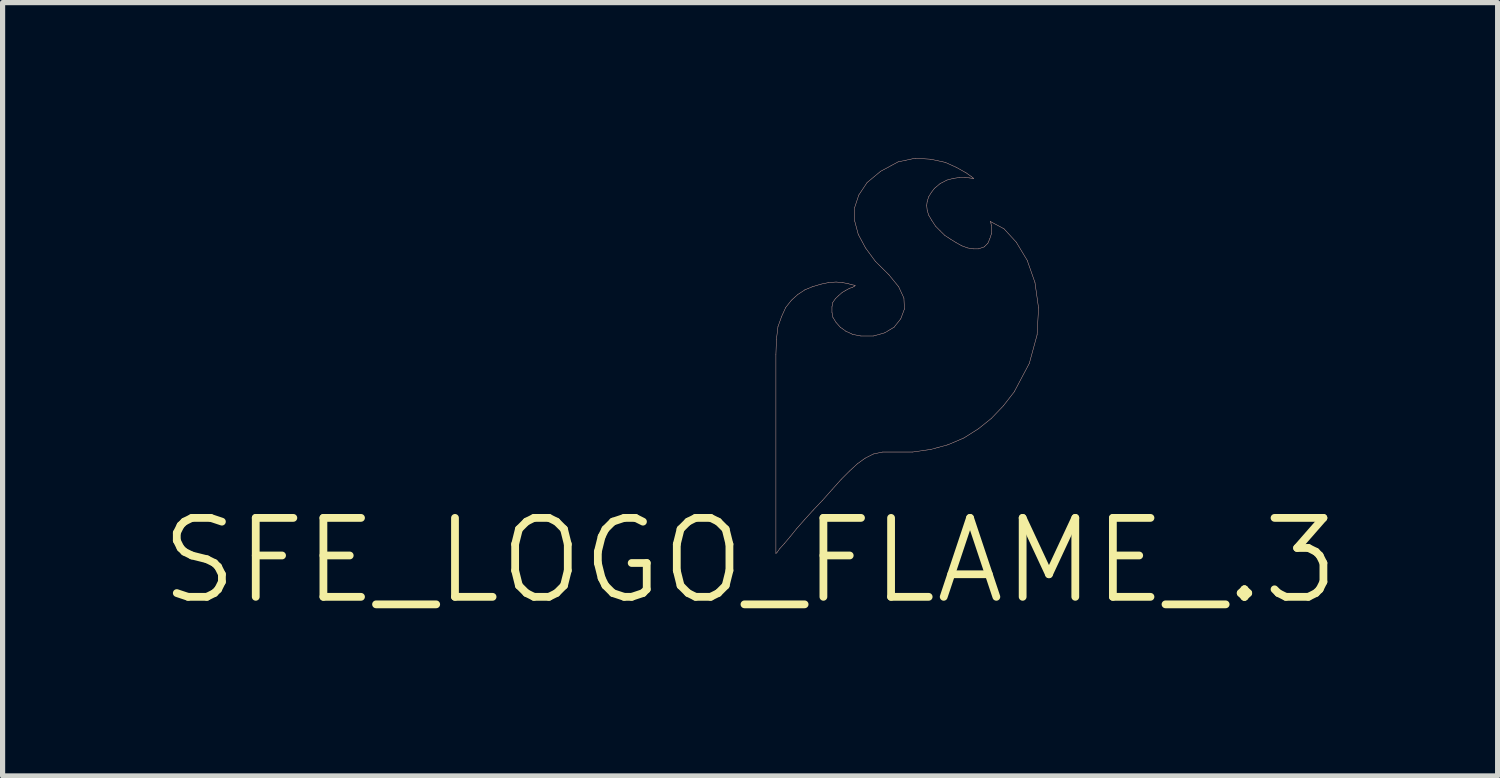
<source format=kicad_pcb>
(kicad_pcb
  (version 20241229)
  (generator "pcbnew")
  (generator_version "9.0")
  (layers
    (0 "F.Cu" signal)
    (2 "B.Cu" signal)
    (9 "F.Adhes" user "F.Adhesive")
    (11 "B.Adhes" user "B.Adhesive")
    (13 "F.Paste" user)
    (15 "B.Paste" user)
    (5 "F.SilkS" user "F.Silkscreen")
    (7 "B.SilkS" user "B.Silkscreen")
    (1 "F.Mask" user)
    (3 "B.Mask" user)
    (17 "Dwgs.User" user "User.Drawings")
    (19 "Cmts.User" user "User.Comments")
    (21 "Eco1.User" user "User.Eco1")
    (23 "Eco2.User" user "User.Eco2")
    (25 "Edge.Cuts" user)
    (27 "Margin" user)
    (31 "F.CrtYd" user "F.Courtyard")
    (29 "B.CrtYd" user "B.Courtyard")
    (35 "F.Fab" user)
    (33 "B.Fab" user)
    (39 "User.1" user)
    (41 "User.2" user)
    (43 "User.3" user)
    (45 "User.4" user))
  (footprint "SFE_LOGO_FLAME_.3"
    (layer "F.Cu")
    (at 11.43 7.774)
    (property "Reference" "SFE_LOGO_FLAME_.3" (at 0 0 0) (layer "F.SilkS") (effects (font (size 1.524 1.524) (thickness 0.15))))
    (attr exclude_from_pos_files exclude_from_bom)
    (fp_line (start 0.498 -3.978) (end 0.498 -0.14) (stroke (width 0.008) (type solid)) (layer "B.SilkS"))
    (fp_line (start 0.498 -0.14) (end 0.518 -0.157) (stroke (width 0.008) (type solid)) (layer "B.SilkS"))
    (fp_line (start 0.508 -4.27) (end 0.498 -3.978) (stroke (width 0.008) (type solid)) (layer "B.SilkS"))
    (fp_line (start 0.518 -0.157) (end 0.569 -0.229) (stroke (width 0.008) (type solid)) (layer "B.SilkS"))
    (fp_line (start 0.538 -4.519) (end 0.508 -4.27) (stroke (width 0.008) (type solid)) (layer "B.SilkS"))
    (fp_line (start 0.569 -0.229) (end 0.658 -0.328) (stroke (width 0.008) (type solid)) (layer "B.SilkS"))
    (fp_line (start 0.61 -4.719) (end 0.538 -4.519) (stroke (width 0.008) (type solid)) (layer "B.SilkS"))
    (fp_line (start 0.658 -0.328) (end 0.77 -0.46) (stroke (width 0.008) (type solid)) (layer "B.SilkS"))
    (fp_line (start 0.688 -4.889) (end 0.61 -4.719) (stroke (width 0.008) (type solid)) (layer "B.SilkS"))
    (fp_line (start 0.77 -0.46) (end 0.899 -0.62) (stroke (width 0.008) (type solid)) (layer "B.SilkS"))
    (fp_line (start 0.798 -5.029) (end 0.688 -4.889) (stroke (width 0.008) (type solid)) (layer "B.SilkS"))
    (fp_line (start 0.899 -0.62) (end 1.049 -0.79) (stroke (width 0.008) (type solid)) (layer "B.SilkS"))
    (fp_line (start 0.919 -5.138) (end 0.798 -5.029) (stroke (width 0.008) (type solid)) (layer "B.SilkS"))
    (fp_line (start 1.049 -0.79) (end 1.219 -0.978) (stroke (width 0.008) (type solid)) (layer "B.SilkS"))
    (fp_line (start 1.059 -5.23) (end 0.919 -5.138) (stroke (width 0.008) (type solid)) (layer "B.SilkS"))
    (fp_line (start 1.199 -5.288) (end 1.059 -5.23) (stroke (width 0.008) (type solid)) (layer "B.SilkS"))
    (fp_line (start 1.219 -0.978) (end 1.4 -1.168) (stroke (width 0.008) (type solid)) (layer "B.SilkS"))
    (fp_line (start 1.369 -5.339) (end 1.199 -5.288) (stroke (width 0.008) (type solid)) (layer "B.SilkS"))
    (fp_line (start 1.4 -1.168) (end 1.587 -1.379) (stroke (width 0.008) (type solid)) (layer "B.SilkS"))
    (fp_line (start 1.519 -5.37) (end 1.369 -5.339) (stroke (width 0.008) (type solid)) (layer "B.SilkS"))
    (fp_line (start 1.58 -4.9) (end 1.598 -4.989) (stroke (width 0.008) (type solid)) (layer "B.SilkS"))
    (fp_line (start 1.58 -4.798) (end 1.58 -4.9) (stroke (width 0.008) (type solid)) (layer "B.SilkS"))
    (fp_line (start 1.587 -1.379) (end 1.758 -1.57) (stroke (width 0.008) (type solid)) (layer "B.SilkS"))
    (fp_line (start 1.598 -4.989) (end 1.648 -5.06) (stroke (width 0.008) (type solid)) (layer "B.SilkS"))
    (fp_line (start 1.598 -4.699) (end 1.58 -4.798) (stroke (width 0.008) (type solid)) (layer "B.SilkS"))
    (fp_line (start 1.648 -5.06) (end 1.709 -5.118) (stroke (width 0.008) (type solid)) (layer "B.SilkS"))
    (fp_line (start 1.659 -5.38) (end 1.519 -5.37) (stroke (width 0.008) (type solid)) (layer "B.SilkS"))
    (fp_line (start 1.659 -4.6) (end 1.598 -4.699) (stroke (width 0.008) (type solid)) (layer "B.SilkS"))
    (fp_line (start 1.709 -5.118) (end 1.778 -5.179) (stroke (width 0.008) (type solid)) (layer "B.SilkS"))
    (fp_line (start 1.74 -4.508) (end 1.659 -4.6) (stroke (width 0.008) (type solid)) (layer "B.SilkS"))
    (fp_line (start 1.758 -1.57) (end 1.918 -1.73) (stroke (width 0.008) (type solid)) (layer "B.SilkS"))
    (fp_line (start 1.778 -5.37) (end 1.659 -5.38) (stroke (width 0.008) (type solid)) (layer "B.SilkS"))
    (fp_line (start 1.778 -5.179) (end 1.849 -5.22) (stroke (width 0.008) (type solid)) (layer "B.SilkS"))
    (fp_line (start 1.849 -5.22) (end 1.918 -5.258) (stroke (width 0.008) (type solid)) (layer "B.SilkS"))
    (fp_line (start 1.849 -4.43) (end 1.74 -4.508) (stroke (width 0.008) (type solid)) (layer "B.SilkS"))
    (fp_line (start 1.89 -5.349) (end 1.778 -5.37) (stroke (width 0.008) (type solid)) (layer "B.SilkS"))
    (fp_line (start 1.918 -5.258) (end 1.979 -5.278) (stroke (width 0.008) (type solid)) (layer "B.SilkS"))
    (fp_line (start 1.918 -1.73) (end 2.068 -1.869) (stroke (width 0.008) (type solid)) (layer "B.SilkS"))
    (fp_line (start 1.958 -5.329) (end 1.89 -5.349) (stroke (width 0.008) (type solid)) (layer "B.SilkS"))
    (fp_line (start 1.979 -5.278) (end 2.009 -5.298) (stroke (width 0.008) (type solid)) (layer "B.SilkS"))
    (fp_line (start 1.979 -4.369) (end 1.849 -4.43) (stroke (width 0.008) (type solid)) (layer "B.SilkS"))
    (fp_line (start 2.009 -5.319) (end 1.958 -5.329) (stroke (width 0.008) (type solid)) (layer "B.SilkS"))
    (fp_line (start 2.009 -5.298) (end 2.029 -5.309) (stroke (width 0.008) (type solid)) (layer "B.SilkS"))
    (fp_line (start 2.019 -6.82) (end 2.019 -6.558) (stroke (width 0.008) (type solid)) (layer "B.SilkS"))
    (fp_line (start 2.019 -6.558) (end 2.088 -6.299) (stroke (width 0.008) (type solid)) (layer "B.SilkS"))
    (fp_line (start 2.029 -5.309) (end 2.009 -5.319) (stroke (width 0.008) (type solid)) (layer "B.SilkS"))
    (fp_line (start 2.068 -1.869) (end 2.22 -1.979) (stroke (width 0.008) (type solid)) (layer "B.SilkS"))
    (fp_line (start 2.088 -6.299) (end 2.228 -6.038) (stroke (width 0.008) (type solid)) (layer "B.SilkS"))
    (fp_line (start 2.098 -7.059) (end 2.019 -6.82) (stroke (width 0.008) (type solid)) (layer "B.SilkS"))
    (fp_line (start 2.139 -4.338) (end 1.979 -4.369) (stroke (width 0.008) (type solid)) (layer "B.SilkS"))
    (fp_line (start 2.22 -1.979) (end 2.38 -2.06) (stroke (width 0.008) (type solid)) (layer "B.SilkS"))
    (fp_line (start 2.228 -6.038) (end 2.418 -5.779) (stroke (width 0.008) (type solid)) (layer "B.SilkS"))
    (fp_line (start 2.258 -7.3) (end 2.098 -7.059) (stroke (width 0.008) (type solid)) (layer "B.SilkS"))
    (fp_line (start 2.38 -4.338) (end 2.139 -4.338) (stroke (width 0.008) (type solid)) (layer "B.SilkS"))
    (fp_line (start 2.38 -2.06) (end 2.558 -2.098) (stroke (width 0.008) (type solid)) (layer "B.SilkS"))
    (fp_line (start 2.418 -5.779) (end 2.68 -5.519) (stroke (width 0.008) (type solid)) (layer "B.SilkS"))
    (fp_line (start 2.52 -7.518) (end 2.258 -7.3) (stroke (width 0.008) (type solid)) (layer "B.SilkS"))
    (fp_line (start 2.558 -2.098) (end 3.139 -2.098) (stroke (width 0.008) (type solid)) (layer "B.SilkS"))
    (fp_line (start 2.598 -4.399) (end 2.38 -4.338) (stroke (width 0.008) (type solid)) (layer "B.SilkS"))
    (fp_line (start 2.68 -5.519) (end 2.868 -5.288) (stroke (width 0.008) (type solid)) (layer "B.SilkS"))
    (fp_line (start 2.779 -4.508) (end 2.598 -4.399) (stroke (width 0.008) (type solid)) (layer "B.SilkS"))
    (fp_line (start 2.857 -7.699) (end 2.52 -7.518) (stroke (width 0.008) (type solid)) (layer "B.SilkS"))
    (fp_line (start 2.868 -5.288) (end 2.969 -5.07) (stroke (width 0.008) (type solid)) (layer "B.SilkS"))
    (fp_line (start 2.908 -4.669) (end 2.779 -4.508) (stroke (width 0.008) (type solid)) (layer "B.SilkS"))
    (fp_line (start 2.969 -5.07) (end 2.979 -4.859) (stroke (width 0.008) (type solid)) (layer "B.SilkS"))
    (fp_line (start 2.979 -4.859) (end 2.908 -4.669) (stroke (width 0.008) (type solid)) (layer "B.SilkS"))
    (fp_line (start 3.139 -2.098) (end 3.49 -2.149) (stroke (width 0.008) (type solid)) (layer "B.SilkS"))
    (fp_line (start 3.188 -7.77) (end 2.857 -7.699) (stroke (width 0.008) (type solid)) (layer "B.SilkS"))
    (fp_line (start 3.409 -6.858) (end 3.419 -6.939) (stroke (width 0.008) (type solid)) (layer "B.SilkS"))
    (fp_line (start 3.419 -6.939) (end 3.449 -7.028) (stroke (width 0.008) (type solid)) (layer "B.SilkS"))
    (fp_line (start 3.419 -6.759) (end 3.409 -6.858) (stroke (width 0.008) (type solid)) (layer "B.SilkS"))
    (fp_line (start 3.449 -7.028) (end 3.498 -7.109) (stroke (width 0.008) (type solid)) (layer "B.SilkS"))
    (fp_line (start 3.449 -6.668) (end 3.419 -6.759) (stroke (width 0.008) (type solid)) (layer "B.SilkS"))
    (fp_line (start 3.49 -7.75) (end 3.188 -7.77) (stroke (width 0.008) (type solid)) (layer "B.SilkS"))
    (fp_line (start 3.49 -2.149) (end 3.818 -2.238) (stroke (width 0.008) (type solid)) (layer "B.SilkS"))
    (fp_line (start 3.498 -7.109) (end 3.559 -7.188) (stroke (width 0.008) (type solid)) (layer "B.SilkS"))
    (fp_line (start 3.508 -6.568) (end 3.449 -6.668) (stroke (width 0.008) (type solid)) (layer "B.SilkS"))
    (fp_line (start 3.559 -7.188) (end 3.668 -7.28) (stroke (width 0.008) (type solid)) (layer "B.SilkS"))
    (fp_line (start 3.579 -6.459) (end 3.508 -6.568) (stroke (width 0.008) (type solid)) (layer "B.SilkS"))
    (fp_line (start 3.668 -7.28) (end 3.8 -7.348) (stroke (width 0.008) (type solid)) (layer "B.SilkS"))
    (fp_line (start 3.668 -6.368) (end 3.579 -6.459) (stroke (width 0.008) (type solid)) (layer "B.SilkS"))
    (fp_line (start 3.759 -6.279) (end 3.668 -6.368) (stroke (width 0.008) (type solid)) (layer "B.SilkS"))
    (fp_line (start 3.769 -7.689) (end 3.49 -7.75) (stroke (width 0.008) (type solid)) (layer "B.SilkS"))
    (fp_line (start 3.8 -7.348) (end 3.919 -7.379) (stroke (width 0.008) (type solid)) (layer "B.SilkS"))
    (fp_line (start 3.818 -2.238) (end 4.128 -2.37) (stroke (width 0.008) (type solid)) (layer "B.SilkS"))
    (fp_line (start 3.868 -6.208) (end 3.759 -6.279) (stroke (width 0.008) (type solid)) (layer "B.SilkS"))
    (fp_line (start 3.919 -7.379) (end 4.049 -7.399) (stroke (width 0.008) (type solid)) (layer "B.SilkS"))
    (fp_line (start 3.978 -6.139) (end 3.868 -6.208) (stroke (width 0.008) (type solid)) (layer "B.SilkS"))
    (fp_line (start 3.988 -7.59) (end 3.769 -7.689) (stroke (width 0.008) (type solid)) (layer "B.SilkS"))
    (fp_line (start 4.049 -7.399) (end 4.148 -7.399) (stroke (width 0.008) (type solid)) (layer "B.SilkS"))
    (fp_line (start 4.089 -6.078) (end 3.978 -6.139) (stroke (width 0.008) (type solid)) (layer "B.SilkS"))
    (fp_line (start 4.128 -2.37) (end 4.409 -2.548) (stroke (width 0.008) (type solid)) (layer "B.SilkS"))
    (fp_line (start 4.148 -7.399) (end 4.239 -7.389) (stroke (width 0.008) (type solid)) (layer "B.SilkS"))
    (fp_line (start 4.168 -7.488) (end 3.988 -7.59) (stroke (width 0.008) (type solid)) (layer "B.SilkS"))
    (fp_line (start 4.199 -6.038) (end 4.089 -6.078) (stroke (width 0.008) (type solid)) (layer "B.SilkS"))
    (fp_line (start 4.239 -7.389) (end 4.298 -7.379) (stroke (width 0.008) (type solid)) (layer "B.SilkS"))
    (fp_line (start 4.28 -7.409) (end 4.168 -7.488) (stroke (width 0.008) (type solid)) (layer "B.SilkS"))
    (fp_line (start 4.298 -7.379) (end 4.318 -7.379) (stroke (width 0.008) (type solid)) (layer "B.SilkS"))
    (fp_line (start 4.308 -6.02) (end 4.199 -6.038) (stroke (width 0.008) (type solid)) (layer "B.SilkS"))
    (fp_line (start 4.318 -7.379) (end 4.28 -7.409) (stroke (width 0.008) (type solid)) (layer "B.SilkS"))
    (fp_line (start 4.409 -6.02) (end 4.308 -6.02) (stroke (width 0.008) (type solid)) (layer "B.SilkS"))
    (fp_line (start 4.409 -2.548) (end 4.658 -2.748) (stroke (width 0.008) (type solid)) (layer "B.SilkS"))
    (fp_line (start 4.519 -6.058) (end 4.409 -6.02) (stroke (width 0.008) (type solid)) (layer "B.SilkS"))
    (fp_line (start 4.59 -6.129) (end 4.519 -6.058) (stroke (width 0.008) (type solid)) (layer "B.SilkS"))
    (fp_line (start 4.628 -6.218) (end 4.59 -6.129) (stroke (width 0.008) (type solid)) (layer "B.SilkS"))
    (fp_line (start 4.638 -6.548) (end 4.648 -6.538) (stroke (width 0.008) (type solid)) (layer "B.SilkS"))
    (fp_line (start 4.648 -6.538) (end 4.648 -6.518) (stroke (width 0.008) (type solid)) (layer "B.SilkS"))
    (fp_line (start 4.648 -6.518) (end 4.658 -6.469) (stroke (width 0.008) (type solid)) (layer "B.SilkS"))
    (fp_line (start 4.658 -6.469) (end 4.658 -6.309) (stroke (width 0.008) (type solid)) (layer "B.SilkS"))
    (fp_line (start 4.658 -6.309) (end 4.628 -6.218) (stroke (width 0.008) (type solid)) (layer "B.SilkS"))
    (fp_line (start 4.658 -2.748) (end 4.889 -2.99) (stroke (width 0.008) (type solid)) (layer "B.SilkS"))
    (fp_line (start 4.889 -2.99) (end 5.098 -3.259) (stroke (width 0.008) (type solid)) (layer "B.SilkS"))
    (fp_line (start 4.9 -6.408) (end 4.638 -6.548) (stroke (width 0.008) (type solid)) (layer "B.SilkS"))
    (fp_line (start 5.098 -3.259) (end 5.39 -3.81) (stroke (width 0.008) (type solid)) (layer "B.SilkS"))
    (fp_line (start 5.138 -6.149) (end 4.9 -6.408) (stroke (width 0.008) (type solid)) (layer "B.SilkS"))
    (fp_line (start 5.349 -5.799) (end 5.138 -6.149) (stroke (width 0.008) (type solid)) (layer "B.SilkS"))
    (fp_line (start 5.39 -3.81) (end 5.54 -4.359) (stroke (width 0.008) (type solid)) (layer "B.SilkS"))
    (fp_line (start 5.499 -5.37) (end 5.349 -5.799) (stroke (width 0.008) (type solid)) (layer "B.SilkS"))
    (fp_line (start 5.54 -4.359) (end 5.568 -4.879) (stroke (width 0.008) (type solid)) (layer "B.SilkS"))
    (fp_line (start 5.568 -4.879) (end 5.499 -5.37) (stroke (width 0.008) (type solid)) (layer "B.SilkS")))
  (gr_rect
    (start -3 -3)
    (end 25.86 11.928)
    (stroke (width 0.1) (type default))
    (fill no)
    (layer "Edge.Cuts")))
</source>
